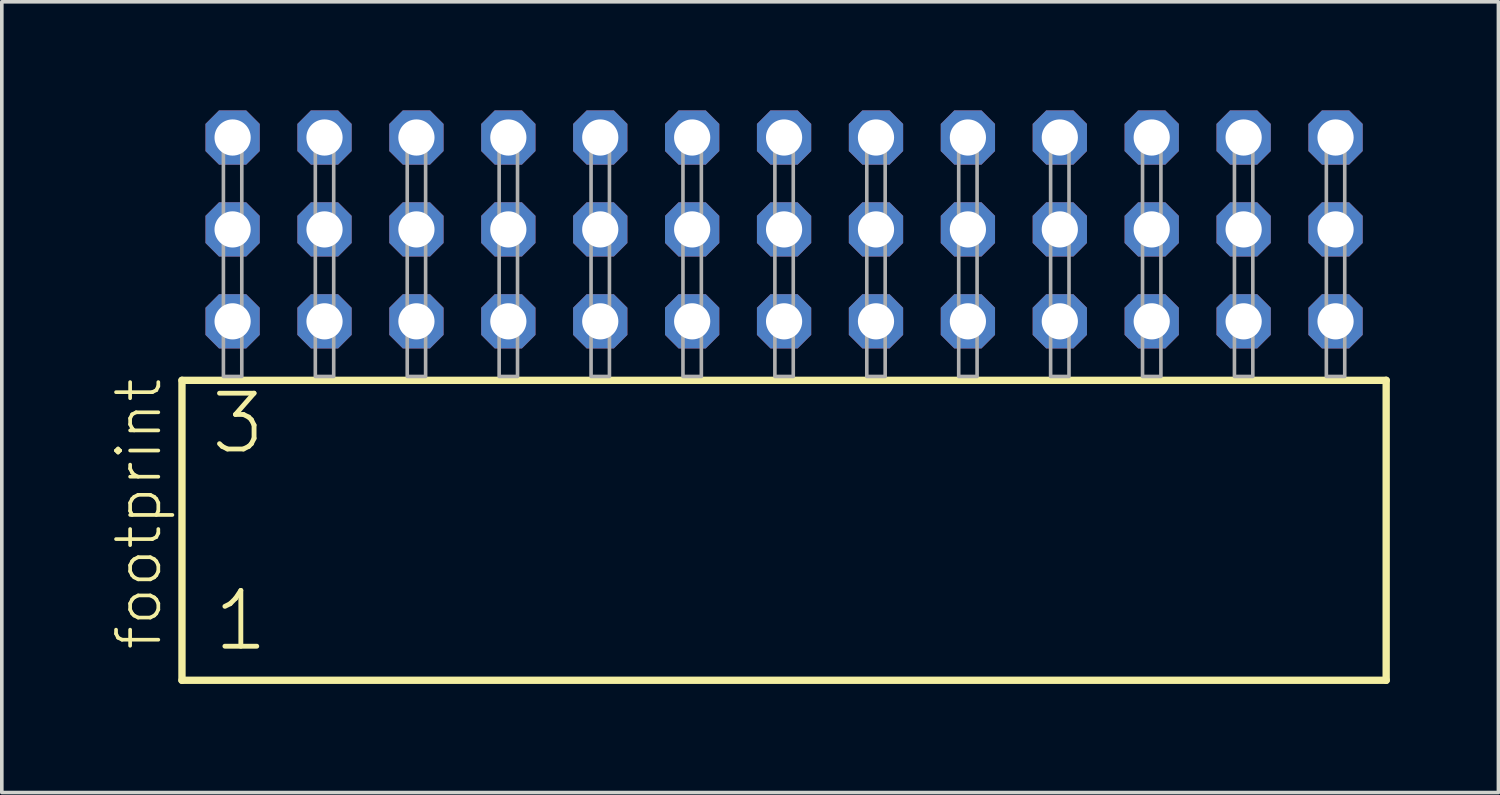
<source format=kicad_pcb>
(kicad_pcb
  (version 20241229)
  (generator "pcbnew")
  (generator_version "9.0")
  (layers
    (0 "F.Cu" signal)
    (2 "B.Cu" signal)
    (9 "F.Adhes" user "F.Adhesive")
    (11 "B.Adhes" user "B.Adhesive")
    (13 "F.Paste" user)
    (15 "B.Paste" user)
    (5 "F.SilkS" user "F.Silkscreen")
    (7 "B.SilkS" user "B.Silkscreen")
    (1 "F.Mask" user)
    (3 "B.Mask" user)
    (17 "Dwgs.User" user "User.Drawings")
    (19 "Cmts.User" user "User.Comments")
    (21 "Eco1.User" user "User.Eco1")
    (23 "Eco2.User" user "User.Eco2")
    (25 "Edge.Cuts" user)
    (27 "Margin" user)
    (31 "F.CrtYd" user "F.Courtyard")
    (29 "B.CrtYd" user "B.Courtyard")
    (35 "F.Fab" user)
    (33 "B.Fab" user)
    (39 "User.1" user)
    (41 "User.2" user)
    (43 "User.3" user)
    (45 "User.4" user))
  (footprint "footprint"
    (layer "F.Cu")
    (at 18.618 7.354)
    (property "Reference" "footprint" (at -17.145 7.62 90) (layer "F.SilkS") (effects (font (size 1.168 1.168) (thickness 0.102)) (justify left bottom)))
    (fp_line (start -16.639 0.106) (end -16.639 8.396) (stroke (width 0.203) (type solid)) (layer "F.SilkS"))
    (fp_line (start -16.639 8.396) (end 16.639 8.396) (stroke (width 0.203) (type solid)) (layer "F.SilkS"))
    (fp_line (start 16.639 0.106) (end -16.639 0.106) (stroke (width 0.203) (type solid)) (layer "F.SilkS"))
    (fp_line (start 16.639 8.396) (end 16.639 0.106) (stroke (width 0.203) (type solid)) (layer "F.SilkS"))
    (fp_poly (pts (xy -15.494 0) (xy -14.986 0) (xy -14.986 -6.858) (xy -15.494 -6.858)) (stroke (width 0.1) (type solid)) (fill no) (layer "F.Fab"))
    (fp_poly (pts (xy -12.954 0) (xy -12.446 0) (xy -12.446 -6.858) (xy -12.954 -6.858)) (stroke (width 0.1) (type solid)) (fill no) (layer "F.Fab"))
    (fp_poly (pts (xy -10.414 0) (xy -9.906 0) (xy -9.906 -6.858) (xy -10.414 -6.858)) (stroke (width 0.1) (type solid)) (fill no) (layer "F.Fab"))
    (fp_poly (pts (xy -7.874 0) (xy -7.366 0) (xy -7.366 -6.858) (xy -7.874 -6.858)) (stroke (width 0.1) (type solid)) (fill no) (layer "F.Fab"))
    (fp_poly (pts (xy -5.334 0) (xy -4.826 0) (xy -4.826 -6.858) (xy -5.334 -6.858)) (stroke (width 0.1) (type solid)) (fill no) (layer "F.Fab"))
    (fp_poly (pts (xy -2.794 0) (xy -2.286 0) (xy -2.286 -6.858) (xy -2.794 -6.858)) (stroke (width 0.1) (type solid)) (fill no) (layer "F.Fab"))
    (fp_poly (pts (xy -0.254 0) (xy 0.254 0) (xy 0.254 -6.858) (xy -0.254 -6.858)) (stroke (width 0.1) (type solid)) (fill no) (layer "F.Fab"))
    (fp_poly (pts (xy 2.286 0) (xy 2.794 0) (xy 2.794 -6.858) (xy 2.286 -6.858)) (stroke (width 0.1) (type solid)) (fill no) (layer "F.Fab"))
    (fp_poly (pts (xy 4.826 0) (xy 5.334 0) (xy 5.334 -6.858) (xy 4.826 -6.858)) (stroke (width 0.1) (type solid)) (fill no) (layer "F.Fab"))
    (fp_poly (pts (xy 7.366 0) (xy 7.874 0) (xy 7.874 -6.858) (xy 7.366 -6.858)) (stroke (width 0.1) (type solid)) (fill no) (layer "F.Fab"))
    (fp_poly (pts (xy 9.906 0) (xy 10.414 0) (xy 10.414 -6.858) (xy 9.906 -6.858)) (stroke (width 0.1) (type solid)) (fill no) (layer "F.Fab"))
    (fp_poly (pts (xy 12.446 0) (xy 12.954 0) (xy 12.954 -6.858) (xy 12.446 -6.858)) (stroke (width 0.1) (type solid)) (fill no) (layer "F.Fab"))
    (fp_poly (pts (xy 14.986 0) (xy 15.494 0) (xy 15.494 -6.858) (xy 14.986 -6.858)) (stroke (width 0.1) (type solid)) (fill no) (layer "F.Fab"))
    (fp_text user "1" (at -15.835 7.65 0) (layer "F.SilkS") (effects (font (size 1.542 1.542) (thickness 0.134)) (justify left bottom)))
    (fp_text user "3" (at -15.91 2.2 0) (layer "F.SilkS") (effects (font (size 1.542 1.542) (thickness 0.134)) (justify left bottom)))
    (pad "1" thru_hole roundrect (at -15.24 -1.524) (size 1.5 1.5) (drill 1) (layers "*.Cu" "*.Mask") (roundrect_rratio 0.25) (chamfer_ratio 0.25) (chamfer top_left top_right bottom_left bottom_right))
    (pad "2" thru_hole roundrect (at -15.24 -4.064) (size 1.5 1.5) (drill 1) (layers "*.Cu" "*.Mask") (roundrect_rratio 0.25) (chamfer_ratio 0.25) (chamfer top_left top_right bottom_left bottom_right))
    (pad "3" thru_hole roundrect (at -15.24 -6.604) (size 1.5 1.5) (drill 1) (layers "*.Cu" "*.Mask") (roundrect_rratio 0.25) (chamfer_ratio 0.25) (chamfer top_left top_right bottom_left bottom_right))
    (pad "4" thru_hole roundrect (at -12.7 -1.524) (size 1.5 1.5) (drill 1) (layers "*.Cu" "*.Mask") (roundrect_rratio 0.25) (chamfer_ratio 0.25) (chamfer top_left top_right bottom_left bottom_right))
    (pad "5" thru_hole roundrect (at -12.7 -4.064) (size 1.5 1.5) (drill 1) (layers "*.Cu" "*.Mask") (roundrect_rratio 0.25) (chamfer_ratio 0.25) (chamfer top_left top_right bottom_left bottom_right))
    (pad "6" thru_hole roundrect (at -12.7 -6.604) (size 1.5 1.5) (drill 1) (layers "*.Cu" "*.Mask") (roundrect_rratio 0.25) (chamfer_ratio 0.25) (chamfer top_left top_right bottom_left bottom_right))
    (pad "7" thru_hole roundrect (at -10.16 -1.524) (size 1.5 1.5) (drill 1) (layers "*.Cu" "*.Mask") (roundrect_rratio 0.25) (chamfer_ratio 0.25) (chamfer top_left top_right bottom_left bottom_right))
    (pad "8" thru_hole roundrect (at -10.16 -4.064) (size 1.5 1.5) (drill 1) (layers "*.Cu" "*.Mask") (roundrect_rratio 0.25) (chamfer_ratio 0.25) (chamfer top_left top_right bottom_left bottom_right))
    (pad "9" thru_hole roundrect (at -10.16 -6.604) (size 1.5 1.5) (drill 1) (layers "*.Cu" "*.Mask") (roundrect_rratio 0.25) (chamfer_ratio 0.25) (chamfer top_left top_right bottom_left bottom_right))
    (pad "10" thru_hole roundrect (at -7.62 -1.524) (size 1.5 1.5) (drill 1) (layers "*.Cu" "*.Mask") (roundrect_rratio 0.25) (chamfer_ratio 0.25) (chamfer top_left top_right bottom_left bottom_right))
    (pad "11" thru_hole roundrect (at -7.62 -4.064) (size 1.5 1.5) (drill 1) (layers "*.Cu" "*.Mask") (roundrect_rratio 0.25) (chamfer_ratio 0.25) (chamfer top_left top_right bottom_left bottom_right))
    (pad "12" thru_hole roundrect (at -7.62 -6.604) (size 1.5 1.5) (drill 1) (layers "*.Cu" "*.Mask") (roundrect_rratio 0.25) (chamfer_ratio 0.25) (chamfer top_left top_right bottom_left bottom_right))
    (pad "13" thru_hole roundrect (at -5.08 -1.524) (size 1.5 1.5) (drill 1) (layers "*.Cu" "*.Mask") (roundrect_rratio 0.25) (chamfer_ratio 0.25) (chamfer top_left top_right bottom_left bottom_right))
    (pad "14" thru_hole roundrect (at -5.08 -4.064) (size 1.5 1.5) (drill 1) (layers "*.Cu" "*.Mask") (roundrect_rratio 0.25) (chamfer_ratio 0.25) (chamfer top_left top_right bottom_left bottom_right))
    (pad "15" thru_hole roundrect (at -5.08 -6.604) (size 1.5 1.5) (drill 1) (layers "*.Cu" "*.Mask") (roundrect_rratio 0.25) (chamfer_ratio 0.25) (chamfer top_left top_right bottom_left bottom_right))
    (pad "16" thru_hole roundrect (at -2.54 -1.524) (size 1.5 1.5) (drill 1) (layers "*.Cu" "*.Mask") (roundrect_rratio 0.25) (chamfer_ratio 0.25) (chamfer top_left top_right bottom_left bottom_right))
    (pad "17" thru_hole roundrect (at -2.54 -4.064) (size 1.5 1.5) (drill 1) (layers "*.Cu" "*.Mask") (roundrect_rratio 0.25) (chamfer_ratio 0.25) (chamfer top_left top_right bottom_left bottom_right))
    (pad "18" thru_hole roundrect (at -2.54 -6.604) (size 1.5 1.5) (drill 1) (layers "*.Cu" "*.Mask") (roundrect_rratio 0.25) (chamfer_ratio 0.25) (chamfer top_left top_right bottom_left bottom_right))
    (pad "19" thru_hole roundrect (at 0 -1.524) (size 1.5 1.5) (drill 1) (layers "*.Cu" "*.Mask") (roundrect_rratio 0.25) (chamfer_ratio 0.25) (chamfer top_left top_right bottom_left bottom_right))
    (pad "20" thru_hole roundrect (at 0 -4.064) (size 1.5 1.5) (drill 1) (layers "*.Cu" "*.Mask") (roundrect_rratio 0.25) (chamfer_ratio 0.25) (chamfer top_left top_right bottom_left bottom_right))
    (pad "21" thru_hole roundrect (at 0 -6.604) (size 1.5 1.5) (drill 1) (layers "*.Cu" "*.Mask") (roundrect_rratio 0.25) (chamfer_ratio 0.25) (chamfer top_left top_right bottom_left bottom_right))
    (pad "22" thru_hole roundrect (at 2.54 -1.524) (size 1.5 1.5) (drill 1) (layers "*.Cu" "*.Mask") (roundrect_rratio 0.25) (chamfer_ratio 0.25) (chamfer top_left top_right bottom_left bottom_right))
    (pad "23" thru_hole roundrect (at 2.54 -4.064) (size 1.5 1.5) (drill 1) (layers "*.Cu" "*.Mask") (roundrect_rratio 0.25) (chamfer_ratio 0.25) (chamfer top_left top_right bottom_left bottom_right))
    (pad "24" thru_hole roundrect (at 2.54 -6.604) (size 1.5 1.5) (drill 1) (layers "*.Cu" "*.Mask") (roundrect_rratio 0.25) (chamfer_ratio 0.25) (chamfer top_left top_right bottom_left bottom_right))
    (pad "25" thru_hole roundrect (at 5.08 -1.524) (size 1.5 1.5) (drill 1) (layers "*.Cu" "*.Mask") (roundrect_rratio 0.25) (chamfer_ratio 0.25) (chamfer top_left top_right bottom_left bottom_right))
    (pad "26" thru_hole roundrect (at 5.08 -4.064) (size 1.5 1.5) (drill 1) (layers "*.Cu" "*.Mask") (roundrect_rratio 0.25) (chamfer_ratio 0.25) (chamfer top_left top_right bottom_left bottom_right))
    (pad "27" thru_hole roundrect (at 5.08 -6.604) (size 1.5 1.5) (drill 1) (layers "*.Cu" "*.Mask") (roundrect_rratio 0.25) (chamfer_ratio 0.25) (chamfer top_left top_right bottom_left bottom_right))
    (pad "28" thru_hole roundrect (at 7.62 -1.524) (size 1.5 1.5) (drill 1) (layers "*.Cu" "*.Mask") (roundrect_rratio 0.25) (chamfer_ratio 0.25) (chamfer top_left top_right bottom_left bottom_right))
    (pad "29" thru_hole roundrect (at 7.62 -4.064) (size 1.5 1.5) (drill 1) (layers "*.Cu" "*.Mask") (roundrect_rratio 0.25) (chamfer_ratio 0.25) (chamfer top_left top_right bottom_left bottom_right))
    (pad "30" thru_hole roundrect (at 7.62 -6.604) (size 1.5 1.5) (drill 1) (layers "*.Cu" "*.Mask") (roundrect_rratio 0.25) (chamfer_ratio 0.25) (chamfer top_left top_right bottom_left bottom_right))
    (pad "31" thru_hole roundrect (at 10.16 -1.524) (size 1.5 1.5) (drill 1) (layers "*.Cu" "*.Mask") (roundrect_rratio 0.25) (chamfer_ratio 0.25) (chamfer top_left top_right bottom_left bottom_right))
    (pad "32" thru_hole roundrect (at 10.16 -4.064) (size 1.5 1.5) (drill 1) (layers "*.Cu" "*.Mask") (roundrect_rratio 0.25) (chamfer_ratio 0.25) (chamfer top_left top_right bottom_left bottom_right))
    (pad "33" thru_hole roundrect (at 10.16 -6.604) (size 1.5 1.5) (drill 1) (layers "*.Cu" "*.Mask") (roundrect_rratio 0.25) (chamfer_ratio 0.25) (chamfer top_left top_right bottom_left bottom_right))
    (pad "34" thru_hole roundrect (at 12.7 -1.524) (size 1.5 1.5) (drill 1) (layers "*.Cu" "*.Mask") (roundrect_rratio 0.25) (chamfer_ratio 0.25) (chamfer top_left top_right bottom_left bottom_right))
    (pad "35" thru_hole roundrect (at 12.7 -4.064) (size 1.5 1.5) (drill 1) (layers "*.Cu" "*.Mask") (roundrect_rratio 0.25) (chamfer_ratio 0.25) (chamfer top_left top_right bottom_left bottom_right))
    (pad "36" thru_hole roundrect (at 12.7 -6.604) (size 1.5 1.5) (drill 1) (layers "*.Cu" "*.Mask") (roundrect_rratio 0.25) (chamfer_ratio 0.25) (chamfer top_left top_right bottom_left bottom_right))
    (pad "37" thru_hole roundrect (at 15.24 -1.524) (size 1.5 1.5) (drill 1) (layers "*.Cu" "*.Mask") (roundrect_rratio 0.25) (chamfer_ratio 0.25) (chamfer top_left top_right bottom_left bottom_right))
    (pad "38" thru_hole roundrect (at 15.24 -4.064) (size 1.5 1.5) (drill 1) (layers "*.Cu" "*.Mask") (roundrect_rratio 0.25) (chamfer_ratio 0.25) (chamfer top_left top_right bottom_left bottom_right))
    (pad "39" thru_hole roundrect (at 15.24 -6.604) (size 1.5 1.5) (drill 1) (layers "*.Cu" "*.Mask") (roundrect_rratio 0.25) (chamfer_ratio 0.25) (chamfer top_left top_right bottom_left bottom_right)))
  (gr_rect
    (start -3 -3)
    (end 38.359 18.852)
    (stroke (width 0.1) (type default))
    (fill no)
    (layer "Edge.Cuts")))
</source>
